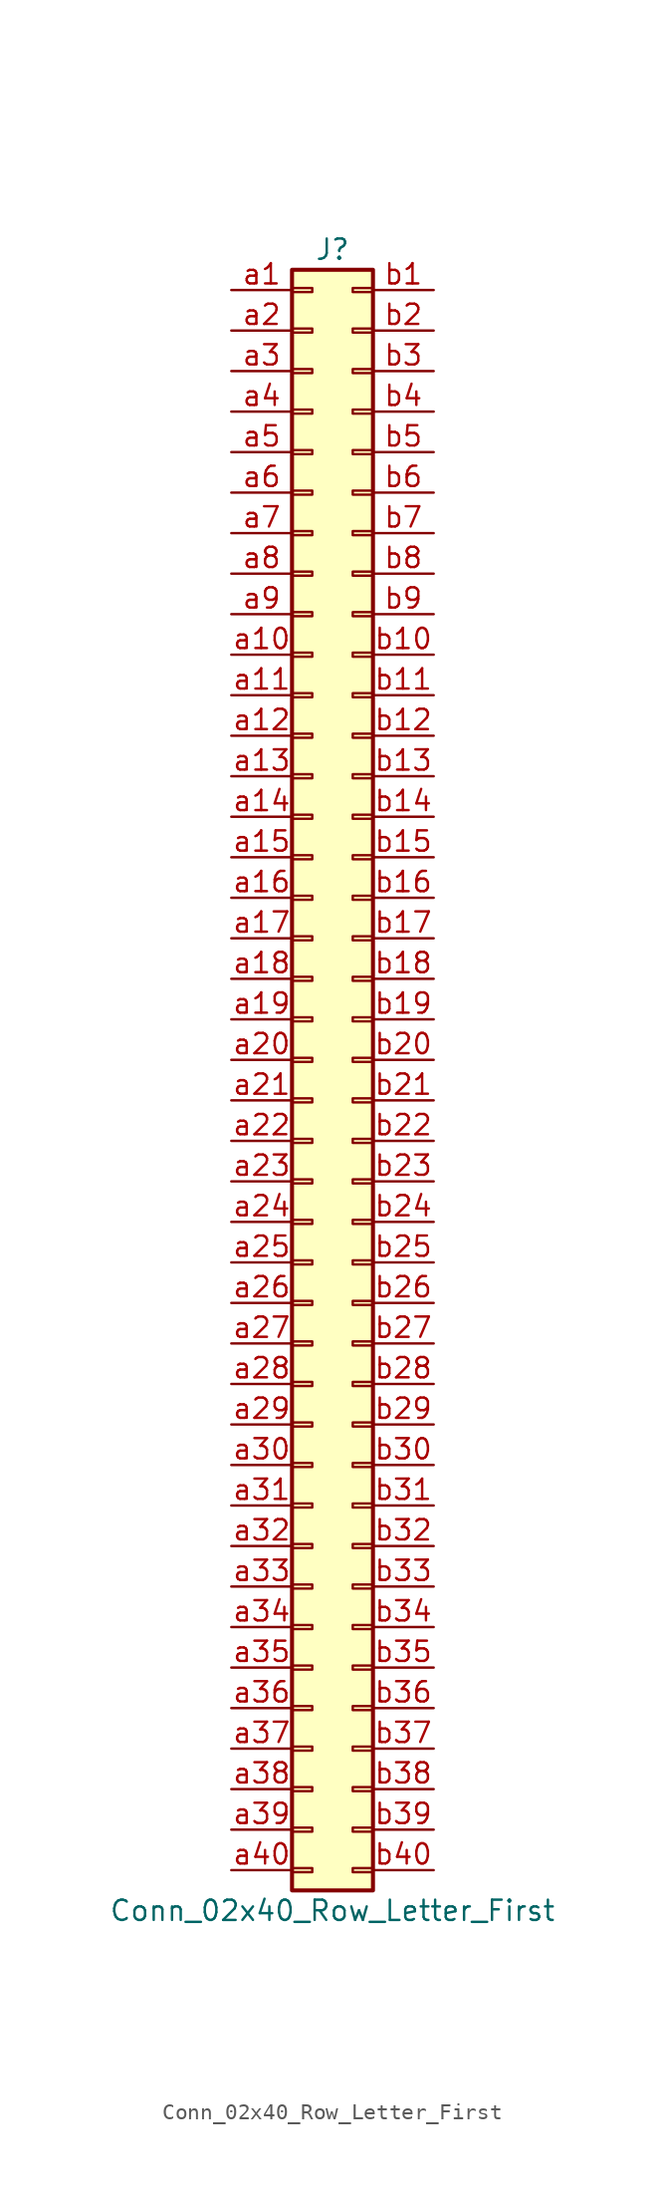
<source format=kicad_sym>
(kicad_symbol_lib
  (version 20201005)
  (generator kicad_symbol_editor)
  (symbol "Connector_Generic:Conn_02x40_Row_Letter_First"
    (pin_names
      (offset 1.016) hide)
    (property "Reference" "J"
      (at 1.27 50.8 0)
      (effects (font (size 1.27 1.27))))
    (property "Value" "Conn_02x40_Row_Letter_First"
      (at 1.27 -53.34 0)
      (effects (font (size 1.27 1.27))))
    (symbol "Conn_02x40_Row_Letter_First_1_1"
      (rectangle (start -1.27 -27.813) (end 0 -28.067) (stroke (width 0.152)) (fill (type none)))
      (rectangle (start -1.27 -30.353) (end 0 -30.607) (stroke (width 0.152)) (fill (type none)))
      (rectangle (start -1.27 -32.893) (end 0 -33.147) (stroke (width 0.152)) (fill (type none)))
      (rectangle (start -1.27 -35.433) (end 0 -35.687) (stroke (width 0.152)) (fill (type none)))
      (rectangle (start -1.27 -37.973) (end 0 -38.227) (stroke (width 0.152)) (fill (type none)))
      (rectangle (start -1.27 -40.513) (end 0 -40.767) (stroke (width 0.152)) (fill (type none)))
      (rectangle (start -1.27 -43.053) (end 0 -43.307) (stroke (width 0.152)) (fill (type none)))
      (rectangle (start -1.27 -45.593) (end 0 -45.847) (stroke (width 0.152)) (fill (type none)))
      (rectangle (start -1.27 -48.133) (end 0 -48.387) (stroke (width 0.152)) (fill (type none)))
      (rectangle (start -1.27 -4.953) (end 0 -5.207) (stroke (width 0.152)) (fill (type none)))
      (rectangle (start -1.27 -50.673) (end 0 -50.927) (stroke (width 0.152)) (fill (type none)))
      (rectangle (start -1.27 -7.493) (end 0 -7.747) (stroke (width 0.152)) (fill (type none)))
      (rectangle (start -1.27 -10.033) (end 0 -10.287) (stroke (width 0.152)) (fill (type none)))
      (rectangle (start -1.27 -12.573) (end 0 -12.827) (stroke (width 0.152)) (fill (type none)))
      (rectangle (start -1.27 -15.113) (end 0 -15.367) (stroke (width 0.152)) (fill (type none)))
      (rectangle (start -1.27 -17.653) (end 0 -17.907) (stroke (width 0.152)) (fill (type none)))
      (rectangle (start -1.27 -20.193) (end 0 -20.447) (stroke (width 0.152)) (fill (type none)))
      (rectangle (start -1.27 -22.733) (end 0 -22.987) (stroke (width 0.152)) (fill (type none)))
      (rectangle (start -1.27 -2.413) (end 0 -2.667) (stroke (width 0.152)) (fill (type none)))
      (rectangle (start -1.27 -25.273) (end 0 -25.527) (stroke (width 0.152)) (fill (type none)))
      (rectangle (start -1.27 25.527) (end 0 25.273) (stroke (width 0.152)) (fill (type none)))
      (rectangle (start -1.27 2.667) (end 0 2.413) (stroke (width 0.152)) (fill (type none)))
      (rectangle (start -1.27 28.067) (end 0 27.813) (stroke (width 0.152)) (fill (type none)))
      (rectangle (start -1.27 30.607) (end 0 30.353) (stroke (width 0.152)) (fill (type none)))
      (rectangle (start -1.27 33.147) (end 0 32.893) (stroke (width 0.152)) (fill (type none)))
      (rectangle (start -1.27 35.687) (end 0 35.433) (stroke (width 0.152)) (fill (type none)))
      (rectangle (start -1.27 38.227) (end 0 37.973) (stroke (width 0.152)) (fill (type none)))
      (rectangle (start -1.27 40.767) (end 0 40.513) (stroke (width 0.152)) (fill (type none)))
      (rectangle (start -1.27 43.307) (end 0 43.053) (stroke (width 0.152)) (fill (type none)))
      (rectangle (start -1.27 45.847) (end 0 45.593) (stroke (width 0.152)) (fill (type none)))
      (rectangle (start -1.27 48.387) (end 0 48.133) (stroke (width 0.152)) (fill (type none)))
      (rectangle (start -1.27 49.53) (end 3.81 -52.07) (stroke (width 0.254)) (fill (type background)))
      (rectangle (start -1.27 5.207) (end 0 4.953) (stroke (width 0.152)) (fill (type none)))
      (rectangle (start -1.27 7.747) (end 0 7.493) (stroke (width 0.152)) (fill (type none)))
      (rectangle (start -1.27 10.287) (end 0 10.033) (stroke (width 0.152)) (fill (type none)))
      (rectangle (start -1.27 0.127) (end 0 -0.127) (stroke (width 0.152)) (fill (type none)))
      (rectangle (start -1.27 12.827) (end 0 12.573) (stroke (width 0.152)) (fill (type none)))
      (rectangle (start -1.27 15.367) (end 0 15.113) (stroke (width 0.152)) (fill (type none)))
      (rectangle (start -1.27 17.907) (end 0 17.653) (stroke (width 0.152)) (fill (type none)))
      (rectangle (start -1.27 20.447) (end 0 20.193) (stroke (width 0.152)) (fill (type none)))
      (rectangle (start -1.27 22.987) (end 0 22.733) (stroke (width 0.152)) (fill (type none)))
      (rectangle (start 3.81 -27.813) (end 2.54 -28.067) (stroke (width 0.152)) (fill (type none)))
      (rectangle (start 3.81 -30.353) (end 2.54 -30.607) (stroke (width 0.152)) (fill (type none)))
      (rectangle (start 3.81 -32.893) (end 2.54 -33.147) (stroke (width 0.152)) (fill (type none)))
      (rectangle (start 3.81 -35.433) (end 2.54 -35.687) (stroke (width 0.152)) (fill (type none)))
      (rectangle (start 3.81 -37.973) (end 2.54 -38.227) (stroke (width 0.152)) (fill (type none)))
      (rectangle (start 3.81 -40.513) (end 2.54 -40.767) (stroke (width 0.152)) (fill (type none)))
      (rectangle (start 3.81 -43.053) (end 2.54 -43.307) (stroke (width 0.152)) (fill (type none)))
      (rectangle (start 3.81 -45.593) (end 2.54 -45.847) (stroke (width 0.152)) (fill (type none)))
      (rectangle (start 3.81 -48.133) (end 2.54 -48.387) (stroke (width 0.152)) (fill (type none)))
      (rectangle (start 3.81 -4.953) (end 2.54 -5.207) (stroke (width 0.152)) (fill (type none)))
      (rectangle (start 3.81 -50.673) (end 2.54 -50.927) (stroke (width 0.152)) (fill (type none)))
      (rectangle (start 3.81 -7.493) (end 2.54 -7.747) (stroke (width 0.152)) (fill (type none)))
      (rectangle (start 3.81 -10.033) (end 2.54 -10.287) (stroke (width 0.152)) (fill (type none)))
      (rectangle (start 3.81 -12.573) (end 2.54 -12.827) (stroke (width 0.152)) (fill (type none)))
      (rectangle (start 3.81 -15.113) (end 2.54 -15.367) (stroke (width 0.152)) (fill (type none)))
      (rectangle (start 3.81 -17.653) (end 2.54 -17.907) (stroke (width 0.152)) (fill (type none)))
      (rectangle (start 3.81 -20.193) (end 2.54 -20.447) (stroke (width 0.152)) (fill (type none)))
      (rectangle (start 3.81 -22.733) (end 2.54 -22.987) (stroke (width 0.152)) (fill (type none)))
      (rectangle (start 3.81 -2.413) (end 2.54 -2.667) (stroke (width 0.152)) (fill (type none)))
      (rectangle (start 3.81 -25.273) (end 2.54 -25.527) (stroke (width 0.152)) (fill (type none)))
      (rectangle (start 3.81 25.527) (end 2.54 25.273) (stroke (width 0.152)) (fill (type none)))
      (rectangle (start 3.81 2.667) (end 2.54 2.413) (stroke (width 0.152)) (fill (type none)))
      (rectangle (start 3.81 28.067) (end 2.54 27.813) (stroke (width 0.152)) (fill (type none)))
      (rectangle (start 3.81 30.607) (end 2.54 30.353) (stroke (width 0.152)) (fill (type none)))
      (rectangle (start 3.81 33.147) (end 2.54 32.893) (stroke (width 0.152)) (fill (type none)))
      (rectangle (start 3.81 35.687) (end 2.54 35.433) (stroke (width 0.152)) (fill (type none)))
      (rectangle (start 3.81 38.227) (end 2.54 37.973) (stroke (width 0.152)) (fill (type none)))
      (rectangle (start 3.81 40.767) (end 2.54 40.513) (stroke (width 0.152)) (fill (type none)))
      (rectangle (start 3.81 43.307) (end 2.54 43.053) (stroke (width 0.152)) (fill (type none)))
      (rectangle (start 3.81 45.847) (end 2.54 45.593) (stroke (width 0.152)) (fill (type none)))
      (rectangle (start 3.81 48.387) (end 2.54 48.133) (stroke (width 0.152)) (fill (type none)))
      (rectangle (start 3.81 5.207) (end 2.54 4.953) (stroke (width 0.152)) (fill (type none)))
      (rectangle (start 3.81 7.747) (end 2.54 7.493) (stroke (width 0.152)) (fill (type none)))
      (rectangle (start 3.81 10.287) (end 2.54 10.033) (stroke (width 0.152)) (fill (type none)))
      (rectangle (start 3.81 0.127) (end 2.54 -0.127) (stroke (width 0.152)) (fill (type none)))
      (rectangle (start 3.81 12.827) (end 2.54 12.573) (stroke (width 0.152)) (fill (type none)))
      (rectangle (start 3.81 15.367) (end 2.54 15.113) (stroke (width 0.152)) (fill (type none)))
      (rectangle (start 3.81 17.907) (end 2.54 17.653) (stroke (width 0.152)) (fill (type none)))
      (rectangle (start 3.81 20.447) (end 2.54 20.193) (stroke (width 0.152)) (fill (type none)))
      (rectangle (start 3.81 22.987) (end 2.54 22.733) (stroke (width 0.152)) (fill (type none)))
      (pin passive line (at -5.08 48.26 0) (length 3.81) (name "Pin_a1" (effects (font (size 1.27 1.27)))) (number "a1" (effects (font (size 1.27 1.27)))))
      (pin passive line (at -5.08 25.4 0) (length 3.81) (name "Pin_a10" (effects (font (size 1.27 1.27)))) (number "a10" (effects (font (size 1.27 1.27)))))
      (pin passive line (at -5.08 22.86 0) (length 3.81) (name "Pin_a11" (effects (font (size 1.27 1.27)))) (number "a11" (effects (font (size 1.27 1.27)))))
      (pin passive line (at -5.08 20.32 0) (length 3.81) (name "Pin_a12" (effects (font (size 1.27 1.27)))) (number "a12" (effects (font (size 1.27 1.27)))))
      (pin passive line (at -5.08 17.78 0) (length 3.81) (name "Pin_a13" (effects (font (size 1.27 1.27)))) (number "a13" (effects (font (size 1.27 1.27)))))
      (pin passive line (at -5.08 15.24 0) (length 3.81) (name "Pin_a14" (effects (font (size 1.27 1.27)))) (number "a14" (effects (font (size 1.27 1.27)))))
      (pin passive line (at -5.08 12.7 0) (length 3.81) (name "Pin_a15" (effects (font (size 1.27 1.27)))) (number "a15" (effects (font (size 1.27 1.27)))))
      (pin passive line (at -5.08 10.16 0) (length 3.81) (name "Pin_a16" (effects (font (size 1.27 1.27)))) (number "a16" (effects (font (size 1.27 1.27)))))
      (pin passive line (at -5.08 7.62 0) (length 3.81) (name "Pin_a17" (effects (font (size 1.27 1.27)))) (number "a17" (effects (font (size 1.27 1.27)))))
      (pin passive line (at -5.08 5.08 0) (length 3.81) (name "Pin_a18" (effects (font (size 1.27 1.27)))) (number "a18" (effects (font (size 1.27 1.27)))))
      (pin passive line (at -5.08 2.54 0) (length 3.81) (name "Pin_a19" (effects (font (size 1.27 1.27)))) (number "a19" (effects (font (size 1.27 1.27)))))
      (pin passive line (at -5.08 45.72 0) (length 3.81) (name "Pin_a2" (effects (font (size 1.27 1.27)))) (number "a2" (effects (font (size 1.27 1.27)))))
      (pin passive line (at -5.08 0 0) (length 3.81) (name "Pin_a20" (effects (font (size 1.27 1.27)))) (number "a20" (effects (font (size 1.27 1.27)))))
      (pin passive line (at -5.08 -2.54 0) (length 3.81) (name "Pin_a21" (effects (font (size 1.27 1.27)))) (number "a21" (effects (font (size 1.27 1.27)))))
      (pin passive line (at -5.08 -5.08 0) (length 3.81) (name "Pin_a22" (effects (font (size 1.27 1.27)))) (number "a22" (effects (font (size 1.27 1.27)))))
      (pin passive line (at -5.08 -7.62 0) (length 3.81) (name "Pin_a23" (effects (font (size 1.27 1.27)))) (number "a23" (effects (font (size 1.27 1.27)))))
      (pin passive line (at -5.08 -10.16 0) (length 3.81) (name "Pin_a24" (effects (font (size 1.27 1.27)))) (number "a24" (effects (font (size 1.27 1.27)))))
      (pin passive line (at -5.08 -12.7 0) (length 3.81) (name "Pin_a25" (effects (font (size 1.27 1.27)))) (number "a25" (effects (font (size 1.27 1.27)))))
      (pin passive line (at -5.08 -15.24 0) (length 3.81) (name "Pin_a26" (effects (font (size 1.27 1.27)))) (number "a26" (effects (font (size 1.27 1.27)))))
      (pin passive line (at -5.08 -17.78 0) (length 3.81) (name "Pin_a27" (effects (font (size 1.27 1.27)))) (number "a27" (effects (font (size 1.27 1.27)))))
      (pin passive line (at -5.08 -20.32 0) (length 3.81) (name "Pin_a28" (effects (font (size 1.27 1.27)))) (number "a28" (effects (font (size 1.27 1.27)))))
      (pin passive line (at -5.08 -22.86 0) (length 3.81) (name "Pin_a29" (effects (font (size 1.27 1.27)))) (number "a29" (effects (font (size 1.27 1.27)))))
      (pin passive line (at -5.08 43.18 0) (length 3.81) (name "Pin_a3" (effects (font (size 1.27 1.27)))) (number "a3" (effects (font (size 1.27 1.27)))))
      (pin passive line (at -5.08 -25.4 0) (length 3.81) (name "Pin_a30" (effects (font (size 1.27 1.27)))) (number "a30" (effects (font (size 1.27 1.27)))))
      (pin passive line (at -5.08 -27.94 0) (length 3.81) (name "Pin_a31" (effects (font (size 1.27 1.27)))) (number "a31" (effects (font (size 1.27 1.27)))))
      (pin passive line (at -5.08 -30.48 0) (length 3.81) (name "Pin_a32" (effects (font (size 1.27 1.27)))) (number "a32" (effects (font (size 1.27 1.27)))))
      (pin passive line (at -5.08 -33.02 0) (length 3.81) (name "Pin_a33" (effects (font (size 1.27 1.27)))) (number "a33" (effects (font (size 1.27 1.27)))))
      (pin passive line (at -5.08 -35.56 0) (length 3.81) (name "Pin_a34" (effects (font (size 1.27 1.27)))) (number "a34" (effects (font (size 1.27 1.27)))))
      (pin passive line (at -5.08 -38.1 0) (length 3.81) (name "Pin_a35" (effects (font (size 1.27 1.27)))) (number "a35" (effects (font (size 1.27 1.27)))))
      (pin passive line (at -5.08 -40.64 0) (length 3.81) (name "Pin_a36" (effects (font (size 1.27 1.27)))) (number "a36" (effects (font (size 1.27 1.27)))))
      (pin passive line (at -5.08 -43.18 0) (length 3.81) (name "Pin_a37" (effects (font (size 1.27 1.27)))) (number "a37" (effects (font (size 1.27 1.27)))))
      (pin passive line (at -5.08 -45.72 0) (length 3.81) (name "Pin_a38" (effects (font (size 1.27 1.27)))) (number "a38" (effects (font (size 1.27 1.27)))))
      (pin passive line (at -5.08 -48.26 0) (length 3.81) (name "Pin_a39" (effects (font (size 1.27 1.27)))) (number "a39" (effects (font (size 1.27 1.27)))))
      (pin passive line (at -5.08 40.64 0) (length 3.81) (name "Pin_a4" (effects (font (size 1.27 1.27)))) (number "a4" (effects (font (size 1.27 1.27)))))
      (pin passive line (at -5.08 -50.8 0) (length 3.81) (name "Pin_a40" (effects (font (size 1.27 1.27)))) (number "a40" (effects (font (size 1.27 1.27)))))
      (pin passive line (at -5.08 38.1 0) (length 3.81) (name "Pin_a5" (effects (font (size 1.27 1.27)))) (number "a5" (effects (font (size 1.27 1.27)))))
      (pin passive line (at -5.08 35.56 0) (length 3.81) (name "Pin_a6" (effects (font (size 1.27 1.27)))) (number "a6" (effects (font (size 1.27 1.27)))))
      (pin passive line (at -5.08 33.02 0) (length 3.81) (name "Pin_a7" (effects (font (size 1.27 1.27)))) (number "a7" (effects (font (size 1.27 1.27)))))
      (pin passive line (at -5.08 30.48 0) (length 3.81) (name "Pin_a8" (effects (font (size 1.27 1.27)))) (number "a8" (effects (font (size 1.27 1.27)))))
      (pin passive line (at -5.08 27.94 0) (length 3.81) (name "Pin_a9" (effects (font (size 1.27 1.27)))) (number "a9" (effects (font (size 1.27 1.27)))))
      (pin passive line (at 7.62 48.26 180) (length 3.81) (name "Pin_b1" (effects (font (size 1.27 1.27)))) (number "b1" (effects (font (size 1.27 1.27)))))
      (pin passive line (at 7.62 25.4 180) (length 3.81) (name "Pin_b10" (effects (font (size 1.27 1.27)))) (number "b10" (effects (font (size 1.27 1.27)))))
      (pin passive line (at 7.62 22.86 180) (length 3.81) (name "Pin_b11" (effects (font (size 1.27 1.27)))) (number "b11" (effects (font (size 1.27 1.27)))))
      (pin passive line (at 7.62 20.32 180) (length 3.81) (name "Pin_b12" (effects (font (size 1.27 1.27)))) (number "b12" (effects (font (size 1.27 1.27)))))
      (pin passive line (at 7.62 17.78 180) (length 3.81) (name "Pin_b13" (effects (font (size 1.27 1.27)))) (number "b13" (effects (font (size 1.27 1.27)))))
      (pin passive line (at 7.62 15.24 180) (length 3.81) (name "Pin_b14" (effects (font (size 1.27 1.27)))) (number "b14" (effects (font (size 1.27 1.27)))))
      (pin passive line (at 7.62 12.7 180) (length 3.81) (name "Pin_b15" (effects (font (size 1.27 1.27)))) (number "b15" (effects (font (size 1.27 1.27)))))
      (pin passive line (at 7.62 10.16 180) (length 3.81) (name "Pin_b16" (effects (font (size 1.27 1.27)))) (number "b16" (effects (font (size 1.27 1.27)))))
      (pin passive line (at 7.62 7.62 180) (length 3.81) (name "Pin_b17" (effects (font (size 1.27 1.27)))) (number "b17" (effects (font (size 1.27 1.27)))))
      (pin passive line (at 7.62 5.08 180) (length 3.81) (name "Pin_b18" (effects (font (size 1.27 1.27)))) (number "b18" (effects (font (size 1.27 1.27)))))
      (pin passive line (at 7.62 2.54 180) (length 3.81) (name "Pin_b19" (effects (font (size 1.27 1.27)))) (number "b19" (effects (font (size 1.27 1.27)))))
      (pin passive line (at 7.62 45.72 180) (length 3.81) (name "Pin_b2" (effects (font (size 1.27 1.27)))) (number "b2" (effects (font (size 1.27 1.27)))))
      (pin passive line (at 7.62 0 180) (length 3.81) (name "Pin_b20" (effects (font (size 1.27 1.27)))) (number "b20" (effects (font (size 1.27 1.27)))))
      (pin passive line (at 7.62 -2.54 180) (length 3.81) (name "Pin_b21" (effects (font (size 1.27 1.27)))) (number "b21" (effects (font (size 1.27 1.27)))))
      (pin passive line (at 7.62 -5.08 180) (length 3.81) (name "Pin_b22" (effects (font (size 1.27 1.27)))) (number "b22" (effects (font (size 1.27 1.27)))))
      (pin passive line (at 7.62 -7.62 180) (length 3.81) (name "Pin_b23" (effects (font (size 1.27 1.27)))) (number "b23" (effects (font (size 1.27 1.27)))))
      (pin passive line (at 7.62 -10.16 180) (length 3.81) (name "Pin_b24" (effects (font (size 1.27 1.27)))) (number "b24" (effects (font (size 1.27 1.27)))))
      (pin passive line (at 7.62 -12.7 180) (length 3.81) (name "Pin_b25" (effects (font (size 1.27 1.27)))) (number "b25" (effects (font (size 1.27 1.27)))))
      (pin passive line (at 7.62 -15.24 180) (length 3.81) (name "Pin_b26" (effects (font (size 1.27 1.27)))) (number "b26" (effects (font (size 1.27 1.27)))))
      (pin passive line (at 7.62 -17.78 180) (length 3.81) (name "Pin_b27" (effects (font (size 1.27 1.27)))) (number "b27" (effects (font (size 1.27 1.27)))))
      (pin passive line (at 7.62 -20.32 180) (length 3.81) (name "Pin_b28" (effects (font (size 1.27 1.27)))) (number "b28" (effects (font (size 1.27 1.27)))))
      (pin passive line (at 7.62 -22.86 180) (length 3.81) (name "Pin_b29" (effects (font (size 1.27 1.27)))) (number "b29" (effects (font (size 1.27 1.27)))))
      (pin passive line (at 7.62 43.18 180) (length 3.81) (name "Pin_b3" (effects (font (size 1.27 1.27)))) (number "b3" (effects (font (size 1.27 1.27)))))
      (pin passive line (at 7.62 -25.4 180) (length 3.81) (name "Pin_b30" (effects (font (size 1.27 1.27)))) (number "b30" (effects (font (size 1.27 1.27)))))
      (pin passive line (at 7.62 -27.94 180) (length 3.81) (name "Pin_b31" (effects (font (size 1.27 1.27)))) (number "b31" (effects (font (size 1.27 1.27)))))
      (pin passive line (at 7.62 -30.48 180) (length 3.81) (name "Pin_b32" (effects (font (size 1.27 1.27)))) (number "b32" (effects (font (size 1.27 1.27)))))
      (pin passive line (at 7.62 -33.02 180) (length 3.81) (name "Pin_b33" (effects (font (size 1.27 1.27)))) (number "b33" (effects (font (size 1.27 1.27)))))
      (pin passive line (at 7.62 -35.56 180) (length 3.81) (name "Pin_b34" (effects (font (size 1.27 1.27)))) (number "b34" (effects (font (size 1.27 1.27)))))
      (pin passive line (at 7.62 -38.1 180) (length 3.81) (name "Pin_b35" (effects (font (size 1.27 1.27)))) (number "b35" (effects (font (size 1.27 1.27)))))
      (pin passive line (at 7.62 -40.64 180) (length 3.81) (name "Pin_b36" (effects (font (size 1.27 1.27)))) (number "b36" (effects (font (size 1.27 1.27)))))
      (pin passive line (at 7.62 -43.18 180) (length 3.81) (name "Pin_b37" (effects (font (size 1.27 1.27)))) (number "b37" (effects (font (size 1.27 1.27)))))
      (pin passive line (at 7.62 -45.72 180) (length 3.81) (name "Pin_b38" (effects (font (size 1.27 1.27)))) (number "b38" (effects (font (size 1.27 1.27)))))
      (pin passive line (at 7.62 -48.26 180) (length 3.81) (name "Pin_b39" (effects (font (size 1.27 1.27)))) (number "b39" (effects (font (size 1.27 1.27)))))
      (pin passive line (at 7.62 40.64 180) (length 3.81) (name "Pin_b4" (effects (font (size 1.27 1.27)))) (number "b4" (effects (font (size 1.27 1.27)))))
      (pin passive line (at 7.62 -50.8 180) (length 3.81) (name "Pin_b40" (effects (font (size 1.27 1.27)))) (number "b40" (effects (font (size 1.27 1.27)))))
      (pin passive line (at 7.62 38.1 180) (length 3.81) (name "Pin_b5" (effects (font (size 1.27 1.27)))) (number "b5" (effects (font (size 1.27 1.27)))))
      (pin passive line (at 7.62 35.56 180) (length 3.81) (name "Pin_b6" (effects (font (size 1.27 1.27)))) (number "b6" (effects (font (size 1.27 1.27)))))
      (pin passive line (at 7.62 33.02 180) (length 3.81) (name "Pin_b7" (effects (font (size 1.27 1.27)))) (number "b7" (effects (font (size 1.27 1.27)))))
      (pin passive line (at 7.62 30.48 180) (length 3.81) (name "Pin_b8" (effects (font (size 1.27 1.27)))) (number "b8" (effects (font (size 1.27 1.27)))))
      (pin passive line (at 7.62 27.94 180) (length 3.81) (name "Pin_b9" (effects (font (size 1.27 1.27)))) (number "b9" (effects (font (size 1.27 1.27))))))))
</source>
